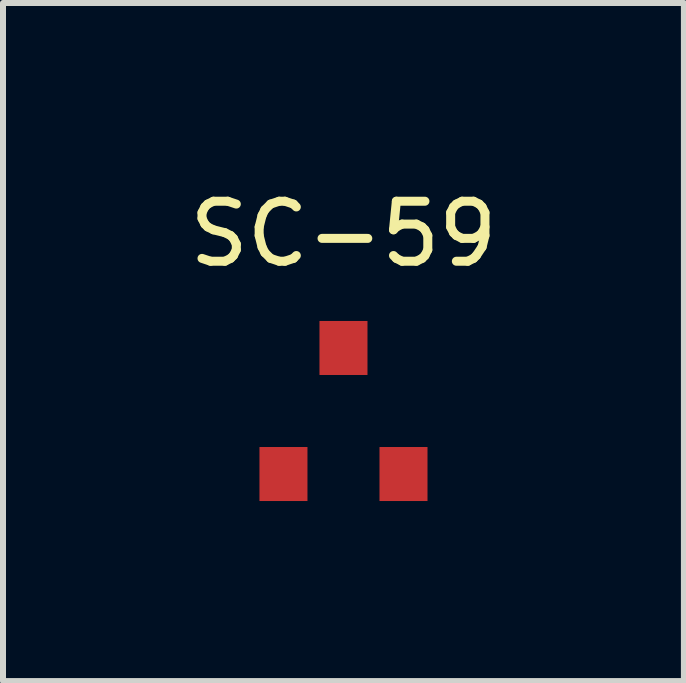
<source format=kicad_pcb>
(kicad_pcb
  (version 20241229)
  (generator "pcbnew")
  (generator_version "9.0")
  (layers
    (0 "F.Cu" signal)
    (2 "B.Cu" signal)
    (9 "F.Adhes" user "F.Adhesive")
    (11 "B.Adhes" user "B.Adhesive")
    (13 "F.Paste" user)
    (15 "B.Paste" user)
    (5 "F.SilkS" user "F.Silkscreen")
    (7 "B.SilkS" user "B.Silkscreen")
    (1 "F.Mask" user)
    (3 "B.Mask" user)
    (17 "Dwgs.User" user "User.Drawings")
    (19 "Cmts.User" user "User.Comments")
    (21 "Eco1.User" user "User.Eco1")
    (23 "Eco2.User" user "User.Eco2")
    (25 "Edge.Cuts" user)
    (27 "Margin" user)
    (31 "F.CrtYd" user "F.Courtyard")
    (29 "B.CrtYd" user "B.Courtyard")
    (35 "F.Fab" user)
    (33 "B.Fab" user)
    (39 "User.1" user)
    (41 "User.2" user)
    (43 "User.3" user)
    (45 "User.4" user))
  (footprint "SC-59"
    (layer "F.Cu")
    (at 2.673 4.848)
    (property "Reference" "SC-59" (at 0 -4 0) (layer "F.SilkS") (effects (font (size 1 1) (thickness 0.15))))
    (attr through_hole)
    (pad "1" smd rect (at -1 0) (size 0.8 0.9) (layers "F.Cu" "F.Mask" "F.Paste"))
    (pad "2" smd rect (at 1 0) (size 0.8 0.9) (layers "F.Cu" "F.Mask" "F.Paste"))
    (pad "3" smd rect (at 0 -2.1) (size 0.8 0.9) (layers "F.Cu" "F.Mask" "F.Paste")))
  (gr_rect
    (start -3 -3)
    (end 8.345 8.298)
    (stroke (width 0.1) (type default))
    (fill no)
    (layer "Edge.Cuts")))
</source>
